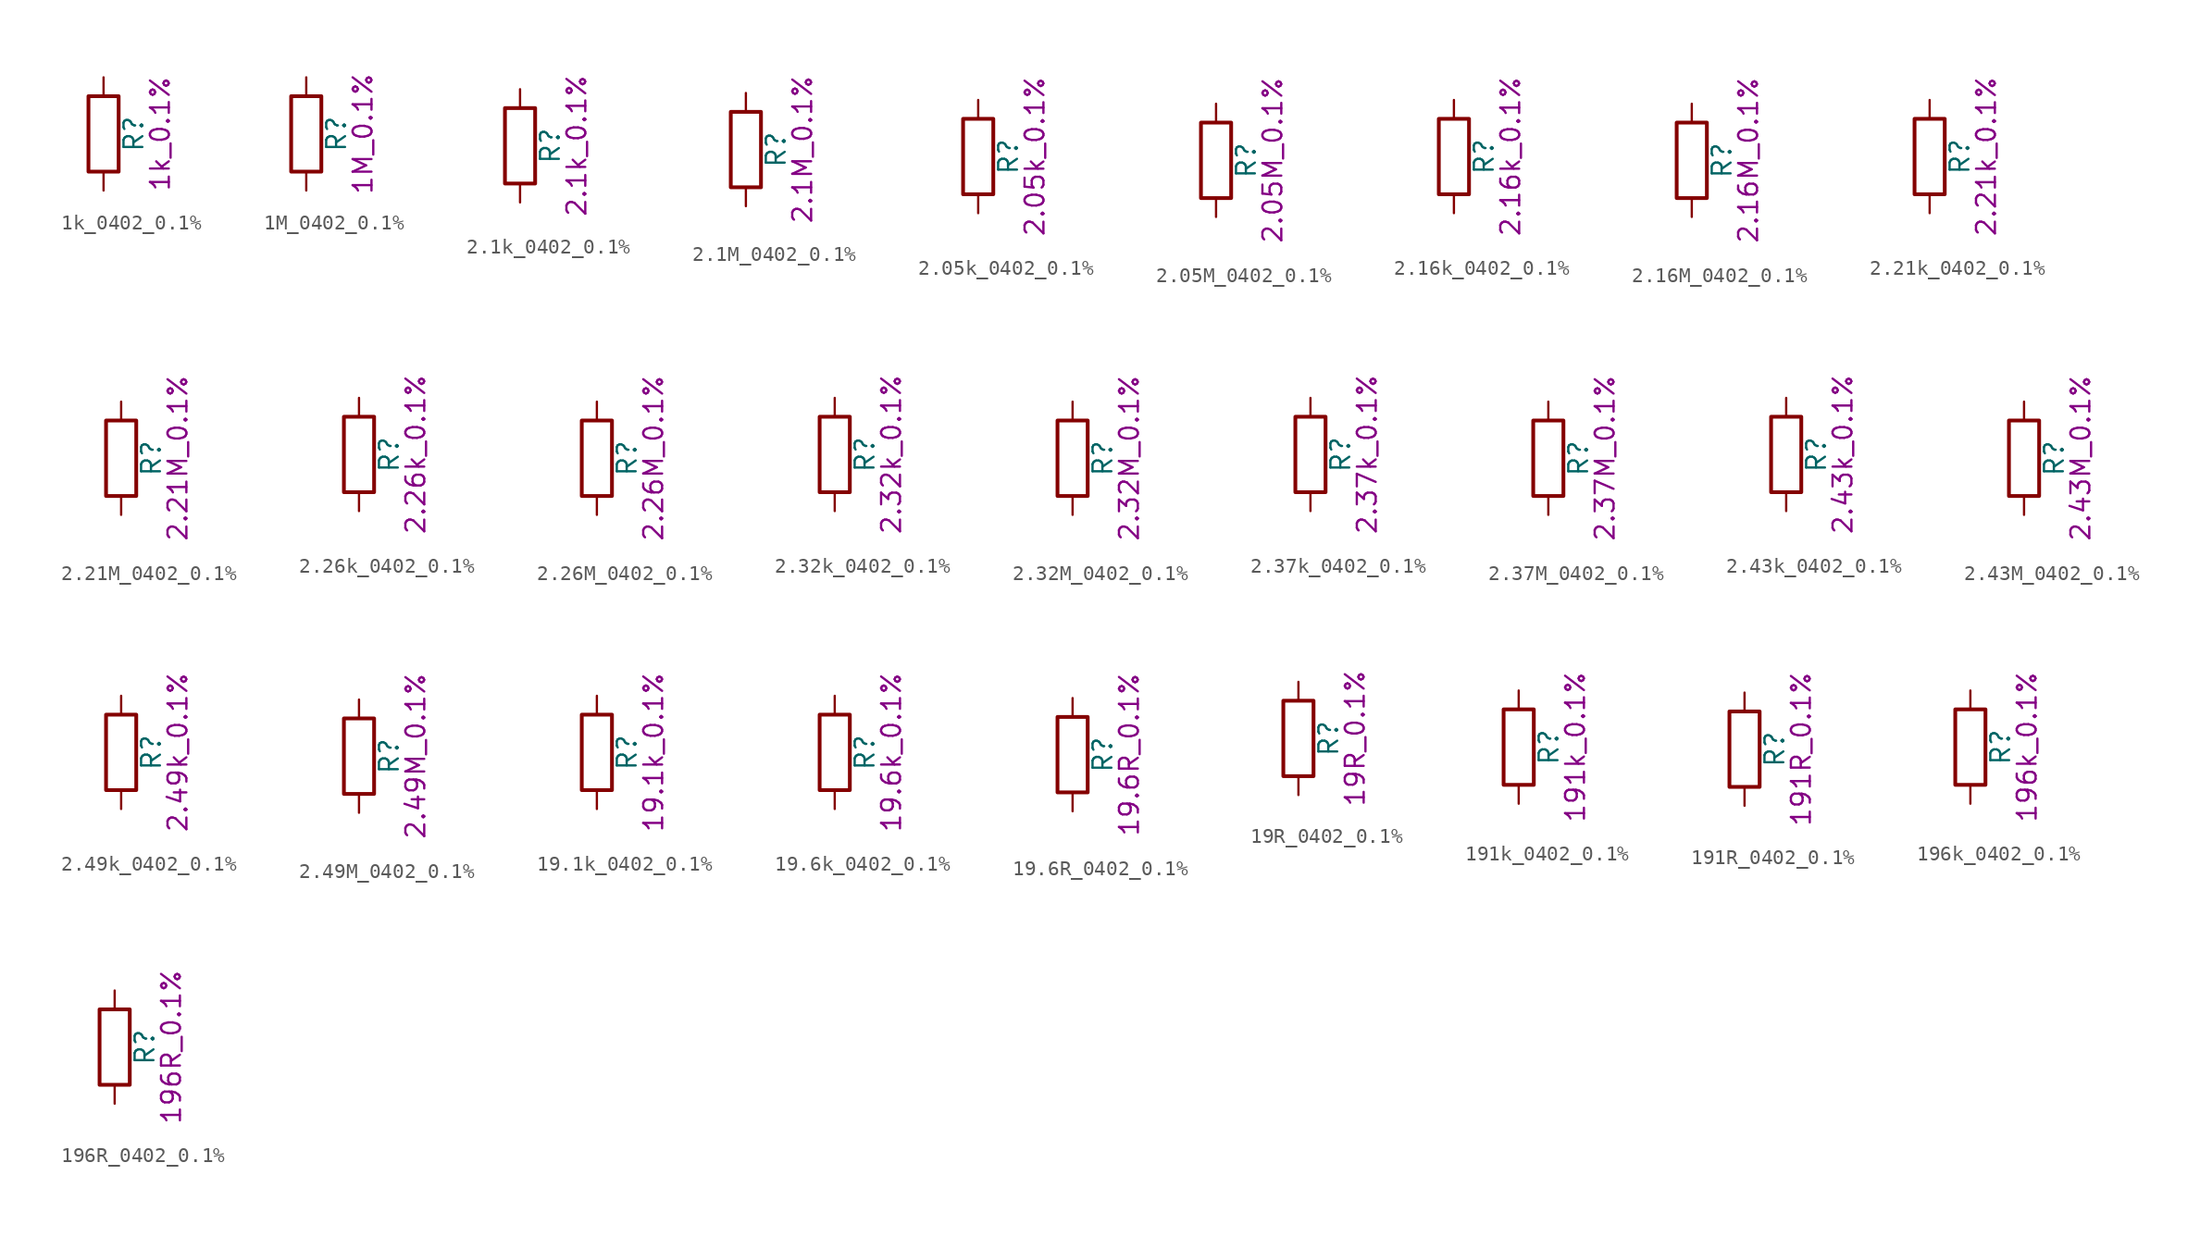
<source format=kicad_sym>
(kicad_symbol_lib
  (version 20211014)
  (generator kicad_symbol_editor)
  (symbol "1k_0402_0.1%"
    (pin_numbers hide)
    (pin_names
      (offset 0))
    (property "Reference" "R"
      (at 2.032 0 90)
      (effects (font (size 1.27 1.27))))
    (property "Display" "1k_0.1%"
      (at 3.81 0 90)
      (effects (font (size 1.27 1.27))))
    (symbol "1k_0402_0.1%_0_1"
      (rectangle (start -1.016 -2.54) (end 1.016 2.54) (stroke (width 0.254) (type default) (color 0 0 0 0)) (fill (type none))))
    (symbol "1k_0402_0.1%_1_1"
      (pin passive line (at 0 3.81 270) (length 1.27) (name "~" (effects (font (size 1.27 1.27)))) (number "1" (effects (font (size 1.27 1.27)))))
      (pin passive line (at 0 -3.81 90) (length 1.27) (name "~" (effects (font (size 1.27 1.27)))) (number "2" (effects (font (size 1.27 1.27)))))))
  (symbol "1M_0402_0.1%"
    (pin_numbers hide)
    (pin_names
      (offset 0))
    (property "Reference" "R"
      (at 2.032 0 90)
      (effects (font (size 1.27 1.27))))
    (property "Display" "1M_0.1%"
      (at 3.81 0 90)
      (effects (font (size 1.27 1.27))))
    (symbol "1M_0402_0.1%_0_1"
      (rectangle (start -1.016 -2.54) (end 1.016 2.54) (stroke (width 0.254) (type default) (color 0 0 0 0)) (fill (type none))))
    (symbol "1M_0402_0.1%_1_1"
      (pin passive line (at 0 3.81 270) (length 1.27) (name "~" (effects (font (size 1.27 1.27)))) (number "1" (effects (font (size 1.27 1.27)))))
      (pin passive line (at 0 -3.81 90) (length 1.27) (name "~" (effects (font (size 1.27 1.27)))) (number "2" (effects (font (size 1.27 1.27)))))))
  (symbol "2.1k_0402_0.1%"
    (pin_numbers hide)
    (pin_names
      (offset 0))
    (property "Reference" "R"
      (at 2.032 0 90)
      (effects (font (size 1.27 1.27))))
    (property "Display" "2.1k_0.1%"
      (at 3.81 0 90)
      (effects (font (size 1.27 1.27))))
    (symbol "2.1k_0402_0.1%_0_1"
      (rectangle (start -1.016 -2.54) (end 1.016 2.54) (stroke (width 0.254) (type default) (color 0 0 0 0)) (fill (type none))))
    (symbol "2.1k_0402_0.1%_1_1"
      (pin passive line (at 0 3.81 270) (length 1.27) (name "~" (effects (font (size 1.27 1.27)))) (number "1" (effects (font (size 1.27 1.27)))))
      (pin passive line (at 0 -3.81 90) (length 1.27) (name "~" (effects (font (size 1.27 1.27)))) (number "2" (effects (font (size 1.27 1.27)))))))
  (symbol "2.1M_0402_0.1%"
    (pin_numbers hide)
    (pin_names
      (offset 0))
    (property "Reference" "R"
      (at 2.032 0 90)
      (effects (font (size 1.27 1.27))))
    (property "Display" "2.1M_0.1%"
      (at 3.81 0 90)
      (effects (font (size 1.27 1.27))))
    (symbol "2.1M_0402_0.1%_0_1"
      (rectangle (start -1.016 -2.54) (end 1.016 2.54) (stroke (width 0.254) (type default) (color 0 0 0 0)) (fill (type none))))
    (symbol "2.1M_0402_0.1%_1_1"
      (pin passive line (at 0 3.81 270) (length 1.27) (name "~" (effects (font (size 1.27 1.27)))) (number "1" (effects (font (size 1.27 1.27)))))
      (pin passive line (at 0 -3.81 90) (length 1.27) (name "~" (effects (font (size 1.27 1.27)))) (number "2" (effects (font (size 1.27 1.27)))))))
  (symbol "2.05k_0402_0.1%"
    (pin_numbers hide)
    (pin_names
      (offset 0))
    (property "Reference" "R"
      (at 2.032 0 90)
      (effects (font (size 1.27 1.27))))
    (property "Display" "2.05k_0.1%"
      (at 3.81 0 90)
      (effects (font (size 1.27 1.27))))
    (symbol "2.05k_0402_0.1%_0_1"
      (rectangle (start -1.016 -2.54) (end 1.016 2.54) (stroke (width 0.254) (type default) (color 0 0 0 0)) (fill (type none))))
    (symbol "2.05k_0402_0.1%_1_1"
      (pin passive line (at 0 3.81 270) (length 1.27) (name "~" (effects (font (size 1.27 1.27)))) (number "1" (effects (font (size 1.27 1.27)))))
      (pin passive line (at 0 -3.81 90) (length 1.27) (name "~" (effects (font (size 1.27 1.27)))) (number "2" (effects (font (size 1.27 1.27)))))))
  (symbol "2.05M_0402_0.1%"
    (pin_numbers hide)
    (pin_names
      (offset 0))
    (property "Reference" "R"
      (at 2.032 0 90)
      (effects (font (size 1.27 1.27))))
    (property "Display" "2.05M_0.1%"
      (at 3.81 0 90)
      (effects (font (size 1.27 1.27))))
    (symbol "2.05M_0402_0.1%_0_1"
      (rectangle (start -1.016 -2.54) (end 1.016 2.54) (stroke (width 0.254) (type default) (color 0 0 0 0)) (fill (type none))))
    (symbol "2.05M_0402_0.1%_1_1"
      (pin passive line (at 0 3.81 270) (length 1.27) (name "~" (effects (font (size 1.27 1.27)))) (number "1" (effects (font (size 1.27 1.27)))))
      (pin passive line (at 0 -3.81 90) (length 1.27) (name "~" (effects (font (size 1.27 1.27)))) (number "2" (effects (font (size 1.27 1.27)))))))
  (symbol "2.16k_0402_0.1%"
    (pin_numbers hide)
    (pin_names
      (offset 0))
    (property "Reference" "R"
      (at 2.032 0 90)
      (effects (font (size 1.27 1.27))))
    (property "Display" "2.16k_0.1%"
      (at 3.81 0 90)
      (effects (font (size 1.27 1.27))))
    (symbol "2.16k_0402_0.1%_0_1"
      (rectangle (start -1.016 -2.54) (end 1.016 2.54) (stroke (width 0.254) (type default) (color 0 0 0 0)) (fill (type none))))
    (symbol "2.16k_0402_0.1%_1_1"
      (pin passive line (at 0 3.81 270) (length 1.27) (name "~" (effects (font (size 1.27 1.27)))) (number "1" (effects (font (size 1.27 1.27)))))
      (pin passive line (at 0 -3.81 90) (length 1.27) (name "~" (effects (font (size 1.27 1.27)))) (number "2" (effects (font (size 1.27 1.27)))))))
  (symbol "2.16M_0402_0.1%"
    (pin_numbers hide)
    (pin_names
      (offset 0))
    (property "Reference" "R"
      (at 2.032 0 90)
      (effects (font (size 1.27 1.27))))
    (property "Display" "2.16M_0.1%"
      (at 3.81 0 90)
      (effects (font (size 1.27 1.27))))
    (symbol "2.16M_0402_0.1%_0_1"
      (rectangle (start -1.016 -2.54) (end 1.016 2.54) (stroke (width 0.254) (type default) (color 0 0 0 0)) (fill (type none))))
    (symbol "2.16M_0402_0.1%_1_1"
      (pin passive line (at 0 3.81 270) (length 1.27) (name "~" (effects (font (size 1.27 1.27)))) (number "1" (effects (font (size 1.27 1.27)))))
      (pin passive line (at 0 -3.81 90) (length 1.27) (name "~" (effects (font (size 1.27 1.27)))) (number "2" (effects (font (size 1.27 1.27)))))))
  (symbol "2.21k_0402_0.1%"
    (pin_numbers hide)
    (pin_names
      (offset 0))
    (property "Reference" "R"
      (at 2.032 0 90)
      (effects (font (size 1.27 1.27))))
    (property "Display" "2.21k_0.1%"
      (at 3.81 0 90)
      (effects (font (size 1.27 1.27))))
    (symbol "2.21k_0402_0.1%_0_1"
      (rectangle (start -1.016 -2.54) (end 1.016 2.54) (stroke (width 0.254) (type default) (color 0 0 0 0)) (fill (type none))))
    (symbol "2.21k_0402_0.1%_1_1"
      (pin passive line (at 0 3.81 270) (length 1.27) (name "~" (effects (font (size 1.27 1.27)))) (number "1" (effects (font (size 1.27 1.27)))))
      (pin passive line (at 0 -3.81 90) (length 1.27) (name "~" (effects (font (size 1.27 1.27)))) (number "2" (effects (font (size 1.27 1.27)))))))
  (symbol "2.21M_0402_0.1%"
    (pin_numbers hide)
    (pin_names
      (offset 0))
    (property "Reference" "R"
      (at 2.032 0 90)
      (effects (font (size 1.27 1.27))))
    (property "Display" "2.21M_0.1%"
      (at 3.81 0 90)
      (effects (font (size 1.27 1.27))))
    (symbol "2.21M_0402_0.1%_0_1"
      (rectangle (start -1.016 -2.54) (end 1.016 2.54) (stroke (width 0.254) (type default) (color 0 0 0 0)) (fill (type none))))
    (symbol "2.21M_0402_0.1%_1_1"
      (pin passive line (at 0 3.81 270) (length 1.27) (name "~" (effects (font (size 1.27 1.27)))) (number "1" (effects (font (size 1.27 1.27)))))
      (pin passive line (at 0 -3.81 90) (length 1.27) (name "~" (effects (font (size 1.27 1.27)))) (number "2" (effects (font (size 1.27 1.27)))))))
  (symbol "2.26k_0402_0.1%"
    (pin_numbers hide)
    (pin_names
      (offset 0))
    (property "Reference" "R"
      (at 2.032 0 90)
      (effects (font (size 1.27 1.27))))
    (property "Display" "2.26k_0.1%"
      (at 3.81 0 90)
      (effects (font (size 1.27 1.27))))
    (symbol "2.26k_0402_0.1%_0_1"
      (rectangle (start -1.016 -2.54) (end 1.016 2.54) (stroke (width 0.254) (type default) (color 0 0 0 0)) (fill (type none))))
    (symbol "2.26k_0402_0.1%_1_1"
      (pin passive line (at 0 3.81 270) (length 1.27) (name "~" (effects (font (size 1.27 1.27)))) (number "1" (effects (font (size 1.27 1.27)))))
      (pin passive line (at 0 -3.81 90) (length 1.27) (name "~" (effects (font (size 1.27 1.27)))) (number "2" (effects (font (size 1.27 1.27)))))))
  (symbol "2.26M_0402_0.1%"
    (pin_numbers hide)
    (pin_names
      (offset 0))
    (property "Reference" "R"
      (at 2.032 0 90)
      (effects (font (size 1.27 1.27))))
    (property "Display" "2.26M_0.1%"
      (at 3.81 0 90)
      (effects (font (size 1.27 1.27))))
    (symbol "2.26M_0402_0.1%_0_1"
      (rectangle (start -1.016 -2.54) (end 1.016 2.54) (stroke (width 0.254) (type default) (color 0 0 0 0)) (fill (type none))))
    (symbol "2.26M_0402_0.1%_1_1"
      (pin passive line (at 0 3.81 270) (length 1.27) (name "~" (effects (font (size 1.27 1.27)))) (number "1" (effects (font (size 1.27 1.27)))))
      (pin passive line (at 0 -3.81 90) (length 1.27) (name "~" (effects (font (size 1.27 1.27)))) (number "2" (effects (font (size 1.27 1.27)))))))
  (symbol "2.32k_0402_0.1%"
    (pin_numbers hide)
    (pin_names
      (offset 0))
    (property "Reference" "R"
      (at 2.032 0 90)
      (effects (font (size 1.27 1.27))))
    (property "Display" "2.32k_0.1%"
      (at 3.81 0 90)
      (effects (font (size 1.27 1.27))))
    (symbol "2.32k_0402_0.1%_0_1"
      (rectangle (start -1.016 -2.54) (end 1.016 2.54) (stroke (width 0.254) (type default) (color 0 0 0 0)) (fill (type none))))
    (symbol "2.32k_0402_0.1%_1_1"
      (pin passive line (at 0 3.81 270) (length 1.27) (name "~" (effects (font (size 1.27 1.27)))) (number "1" (effects (font (size 1.27 1.27)))))
      (pin passive line (at 0 -3.81 90) (length 1.27) (name "~" (effects (font (size 1.27 1.27)))) (number "2" (effects (font (size 1.27 1.27)))))))
  (symbol "2.32M_0402_0.1%"
    (pin_numbers hide)
    (pin_names
      (offset 0))
    (property "Reference" "R"
      (at 2.032 0 90)
      (effects (font (size 1.27 1.27))))
    (property "Display" "2.32M_0.1%"
      (at 3.81 0 90)
      (effects (font (size 1.27 1.27))))
    (symbol "2.32M_0402_0.1%_0_1"
      (rectangle (start -1.016 -2.54) (end 1.016 2.54) (stroke (width 0.254) (type default) (color 0 0 0 0)) (fill (type none))))
    (symbol "2.32M_0402_0.1%_1_1"
      (pin passive line (at 0 3.81 270) (length 1.27) (name "~" (effects (font (size 1.27 1.27)))) (number "1" (effects (font (size 1.27 1.27)))))
      (pin passive line (at 0 -3.81 90) (length 1.27) (name "~" (effects (font (size 1.27 1.27)))) (number "2" (effects (font (size 1.27 1.27)))))))
  (symbol "2.37k_0402_0.1%"
    (pin_numbers hide)
    (pin_names
      (offset 0))
    (property "Reference" "R"
      (at 2.032 0 90)
      (effects (font (size 1.27 1.27))))
    (property "Display" "2.37k_0.1%"
      (at 3.81 0 90)
      (effects (font (size 1.27 1.27))))
    (symbol "2.37k_0402_0.1%_0_1"
      (rectangle (start -1.016 -2.54) (end 1.016 2.54) (stroke (width 0.254) (type default) (color 0 0 0 0)) (fill (type none))))
    (symbol "2.37k_0402_0.1%_1_1"
      (pin passive line (at 0 3.81 270) (length 1.27) (name "~" (effects (font (size 1.27 1.27)))) (number "1" (effects (font (size 1.27 1.27)))))
      (pin passive line (at 0 -3.81 90) (length 1.27) (name "~" (effects (font (size 1.27 1.27)))) (number "2" (effects (font (size 1.27 1.27)))))))
  (symbol "2.37M_0402_0.1%"
    (pin_numbers hide)
    (pin_names
      (offset 0))
    (property "Reference" "R"
      (at 2.032 0 90)
      (effects (font (size 1.27 1.27))))
    (property "Display" "2.37M_0.1%"
      (at 3.81 0 90)
      (effects (font (size 1.27 1.27))))
    (symbol "2.37M_0402_0.1%_0_1"
      (rectangle (start -1.016 -2.54) (end 1.016 2.54) (stroke (width 0.254) (type default) (color 0 0 0 0)) (fill (type none))))
    (symbol "2.37M_0402_0.1%_1_1"
      (pin passive line (at 0 3.81 270) (length 1.27) (name "~" (effects (font (size 1.27 1.27)))) (number "1" (effects (font (size 1.27 1.27)))))
      (pin passive line (at 0 -3.81 90) (length 1.27) (name "~" (effects (font (size 1.27 1.27)))) (number "2" (effects (font (size 1.27 1.27)))))))
  (symbol "2.43k_0402_0.1%"
    (pin_numbers hide)
    (pin_names
      (offset 0))
    (property "Reference" "R"
      (at 2.032 0 90)
      (effects (font (size 1.27 1.27))))
    (property "Display" "2.43k_0.1%"
      (at 3.81 0 90)
      (effects (font (size 1.27 1.27))))
    (symbol "2.43k_0402_0.1%_0_1"
      (rectangle (start -1.016 -2.54) (end 1.016 2.54) (stroke (width 0.254) (type default) (color 0 0 0 0)) (fill (type none))))
    (symbol "2.43k_0402_0.1%_1_1"
      (pin passive line (at 0 3.81 270) (length 1.27) (name "~" (effects (font (size 1.27 1.27)))) (number "1" (effects (font (size 1.27 1.27)))))
      (pin passive line (at 0 -3.81 90) (length 1.27) (name "~" (effects (font (size 1.27 1.27)))) (number "2" (effects (font (size 1.27 1.27)))))))
  (symbol "2.43M_0402_0.1%"
    (pin_numbers hide)
    (pin_names
      (offset 0))
    (property "Reference" "R"
      (at 2.032 0 90)
      (effects (font (size 1.27 1.27))))
    (property "Display" "2.43M_0.1%"
      (at 3.81 0 90)
      (effects (font (size 1.27 1.27))))
    (symbol "2.43M_0402_0.1%_0_1"
      (rectangle (start -1.016 -2.54) (end 1.016 2.54) (stroke (width 0.254) (type default) (color 0 0 0 0)) (fill (type none))))
    (symbol "2.43M_0402_0.1%_1_1"
      (pin passive line (at 0 3.81 270) (length 1.27) (name "~" (effects (font (size 1.27 1.27)))) (number "1" (effects (font (size 1.27 1.27)))))
      (pin passive line (at 0 -3.81 90) (length 1.27) (name "~" (effects (font (size 1.27 1.27)))) (number "2" (effects (font (size 1.27 1.27)))))))
  (symbol "2.49k_0402_0.1%"
    (pin_numbers hide)
    (pin_names
      (offset 0))
    (property "Reference" "R"
      (at 2.032 0 90)
      (effects (font (size 1.27 1.27))))
    (property "Display" "2.49k_0.1%"
      (at 3.81 0 90)
      (effects (font (size 1.27 1.27))))
    (symbol "2.49k_0402_0.1%_0_1"
      (rectangle (start -1.016 -2.54) (end 1.016 2.54) (stroke (width 0.254) (type default) (color 0 0 0 0)) (fill (type none))))
    (symbol "2.49k_0402_0.1%_1_1"
      (pin passive line (at 0 3.81 270) (length 1.27) (name "~" (effects (font (size 1.27 1.27)))) (number "1" (effects (font (size 1.27 1.27)))))
      (pin passive line (at 0 -3.81 90) (length 1.27) (name "~" (effects (font (size 1.27 1.27)))) (number "2" (effects (font (size 1.27 1.27)))))))
  (symbol "2.49M_0402_0.1%"
    (pin_numbers hide)
    (pin_names
      (offset 0))
    (property "Reference" "R"
      (at 2.032 0 90)
      (effects (font (size 1.27 1.27))))
    (property "Display" "2.49M_0.1%"
      (at 3.81 0 90)
      (effects (font (size 1.27 1.27))))
    (symbol "2.49M_0402_0.1%_0_1"
      (rectangle (start -1.016 -2.54) (end 1.016 2.54) (stroke (width 0.254) (type default) (color 0 0 0 0)) (fill (type none))))
    (symbol "2.49M_0402_0.1%_1_1"
      (pin passive line (at 0 3.81 270) (length 1.27) (name "~" (effects (font (size 1.27 1.27)))) (number "1" (effects (font (size 1.27 1.27)))))
      (pin passive line (at 0 -3.81 90) (length 1.27) (name "~" (effects (font (size 1.27 1.27)))) (number "2" (effects (font (size 1.27 1.27)))))))
  (symbol "19.1k_0402_0.1%"
    (pin_numbers hide)
    (pin_names
      (offset 0))
    (property "Reference" "R"
      (at 2.032 0 90)
      (effects (font (size 1.27 1.27))))
    (property "Display" "19.1k_0.1%"
      (at 3.81 0 90)
      (effects (font (size 1.27 1.27))))
    (symbol "19.1k_0402_0.1%_0_1"
      (rectangle (start -1.016 -2.54) (end 1.016 2.54) (stroke (width 0.254) (type default) (color 0 0 0 0)) (fill (type none))))
    (symbol "19.1k_0402_0.1%_1_1"
      (pin passive line (at 0 3.81 270) (length 1.27) (name "~" (effects (font (size 1.27 1.27)))) (number "1" (effects (font (size 1.27 1.27)))))
      (pin passive line (at 0 -3.81 90) (length 1.27) (name "~" (effects (font (size 1.27 1.27)))) (number "2" (effects (font (size 1.27 1.27)))))))
  (symbol "19.6k_0402_0.1%"
    (pin_numbers hide)
    (pin_names
      (offset 0))
    (property "Reference" "R"
      (at 2.032 0 90)
      (effects (font (size 1.27 1.27))))
    (property "Display" "19.6k_0.1%"
      (at 3.81 0 90)
      (effects (font (size 1.27 1.27))))
    (symbol "19.6k_0402_0.1%_0_1"
      (rectangle (start -1.016 -2.54) (end 1.016 2.54) (stroke (width 0.254) (type default) (color 0 0 0 0)) (fill (type none))))
    (symbol "19.6k_0402_0.1%_1_1"
      (pin passive line (at 0 3.81 270) (length 1.27) (name "~" (effects (font (size 1.27 1.27)))) (number "1" (effects (font (size 1.27 1.27)))))
      (pin passive line (at 0 -3.81 90) (length 1.27) (name "~" (effects (font (size 1.27 1.27)))) (number "2" (effects (font (size 1.27 1.27)))))))
  (symbol "19.6R_0402_0.1%"
    (pin_numbers hide)
    (pin_names
      (offset 0))
    (property "Reference" "R"
      (at 2.032 0 90)
      (effects (font (size 1.27 1.27))))
    (property "Display" "19.6R_0.1%"
      (at 3.81 0 90)
      (effects (font (size 1.27 1.27))))
    (symbol "19.6R_0402_0.1%_0_1"
      (rectangle (start -1.016 -2.54) (end 1.016 2.54) (stroke (width 0.254) (type default) (color 0 0 0 0)) (fill (type none))))
    (symbol "19.6R_0402_0.1%_1_1"
      (pin passive line (at 0 3.81 270) (length 1.27) (name "~" (effects (font (size 1.27 1.27)))) (number "1" (effects (font (size 1.27 1.27)))))
      (pin passive line (at 0 -3.81 90) (length 1.27) (name "~" (effects (font (size 1.27 1.27)))) (number "2" (effects (font (size 1.27 1.27)))))))
  (symbol "19R_0402_0.1%"
    (pin_numbers hide)
    (pin_names
      (offset 0))
    (property "Reference" "R"
      (at 2.032 0 90)
      (effects (font (size 1.27 1.27))))
    (property "Display" "19R_0.1%"
      (at 3.81 0 90)
      (effects (font (size 1.27 1.27))))
    (symbol "19R_0402_0.1%_0_1"
      (rectangle (start -1.016 -2.54) (end 1.016 2.54) (stroke (width 0.254) (type default) (color 0 0 0 0)) (fill (type none))))
    (symbol "19R_0402_0.1%_1_1"
      (pin passive line (at 0 3.81 270) (length 1.27) (name "~" (effects (font (size 1.27 1.27)))) (number "1" (effects (font (size 1.27 1.27)))))
      (pin passive line (at 0 -3.81 90) (length 1.27) (name "~" (effects (font (size 1.27 1.27)))) (number "2" (effects (font (size 1.27 1.27)))))))
  (symbol "191k_0402_0.1%"
    (pin_numbers hide)
    (pin_names
      (offset 0))
    (property "Reference" "R"
      (at 2.032 0 90)
      (effects (font (size 1.27 1.27))))
    (property "Display" "191k_0.1%"
      (at 3.81 0 90)
      (effects (font (size 1.27 1.27))))
    (symbol "191k_0402_0.1%_0_1"
      (rectangle (start -1.016 -2.54) (end 1.016 2.54) (stroke (width 0.254) (type default) (color 0 0 0 0)) (fill (type none))))
    (symbol "191k_0402_0.1%_1_1"
      (pin passive line (at 0 3.81 270) (length 1.27) (name "~" (effects (font (size 1.27 1.27)))) (number "1" (effects (font (size 1.27 1.27)))))
      (pin passive line (at 0 -3.81 90) (length 1.27) (name "~" (effects (font (size 1.27 1.27)))) (number "2" (effects (font (size 1.27 1.27)))))))
  (symbol "191R_0402_0.1%"
    (pin_numbers hide)
    (pin_names
      (offset 0))
    (property "Reference" "R"
      (at 2.032 0 90)
      (effects (font (size 1.27 1.27))))
    (property "Display" "191R_0.1%"
      (at 3.81 0 90)
      (effects (font (size 1.27 1.27))))
    (symbol "191R_0402_0.1%_0_1"
      (rectangle (start -1.016 -2.54) (end 1.016 2.54) (stroke (width 0.254) (type default) (color 0 0 0 0)) (fill (type none))))
    (symbol "191R_0402_0.1%_1_1"
      (pin passive line (at 0 3.81 270) (length 1.27) (name "~" (effects (font (size 1.27 1.27)))) (number "1" (effects (font (size 1.27 1.27)))))
      (pin passive line (at 0 -3.81 90) (length 1.27) (name "~" (effects (font (size 1.27 1.27)))) (number "2" (effects (font (size 1.27 1.27)))))))
  (symbol "196k_0402_0.1%"
    (pin_numbers hide)
    (pin_names
      (offset 0))
    (property "Reference" "R"
      (at 2.032 0 90)
      (effects (font (size 1.27 1.27))))
    (property "Display" "196k_0.1%"
      (at 3.81 0 90)
      (effects (font (size 1.27 1.27))))
    (symbol "196k_0402_0.1%_0_1"
      (rectangle (start -1.016 -2.54) (end 1.016 2.54) (stroke (width 0.254) (type default) (color 0 0 0 0)) (fill (type none))))
    (symbol "196k_0402_0.1%_1_1"
      (pin passive line (at 0 3.81 270) (length 1.27) (name "~" (effects (font (size 1.27 1.27)))) (number "1" (effects (font (size 1.27 1.27)))))
      (pin passive line (at 0 -3.81 90) (length 1.27) (name "~" (effects (font (size 1.27 1.27)))) (number "2" (effects (font (size 1.27 1.27)))))))
  (symbol "196R_0402_0.1%"
    (pin_numbers hide)
    (pin_names
      (offset 0))
    (property "Reference" "R"
      (at 2.032 0 90)
      (effects (font (size 1.27 1.27))))
    (property "Display" "196R_0.1%"
      (at 3.81 0 90)
      (effects (font (size 1.27 1.27))))
    (symbol "196R_0402_0.1%_0_1"
      (rectangle (start -1.016 -2.54) (end 1.016 2.54) (stroke (width 0.254) (type default) (color 0 0 0 0)) (fill (type none))))
    (symbol "196R_0402_0.1%_1_1"
      (pin passive line (at 0 3.81 270) (length 1.27) (name "~" (effects (font (size 1.27 1.27)))) (number "1" (effects (font (size 1.27 1.27)))))
      (pin passive line (at 0 -3.81 90) (length 1.27) (name "~" (effects (font (size 1.27 1.27)))) (number "2" (effects (font (size 1.27 1.27))))))))
</source>
